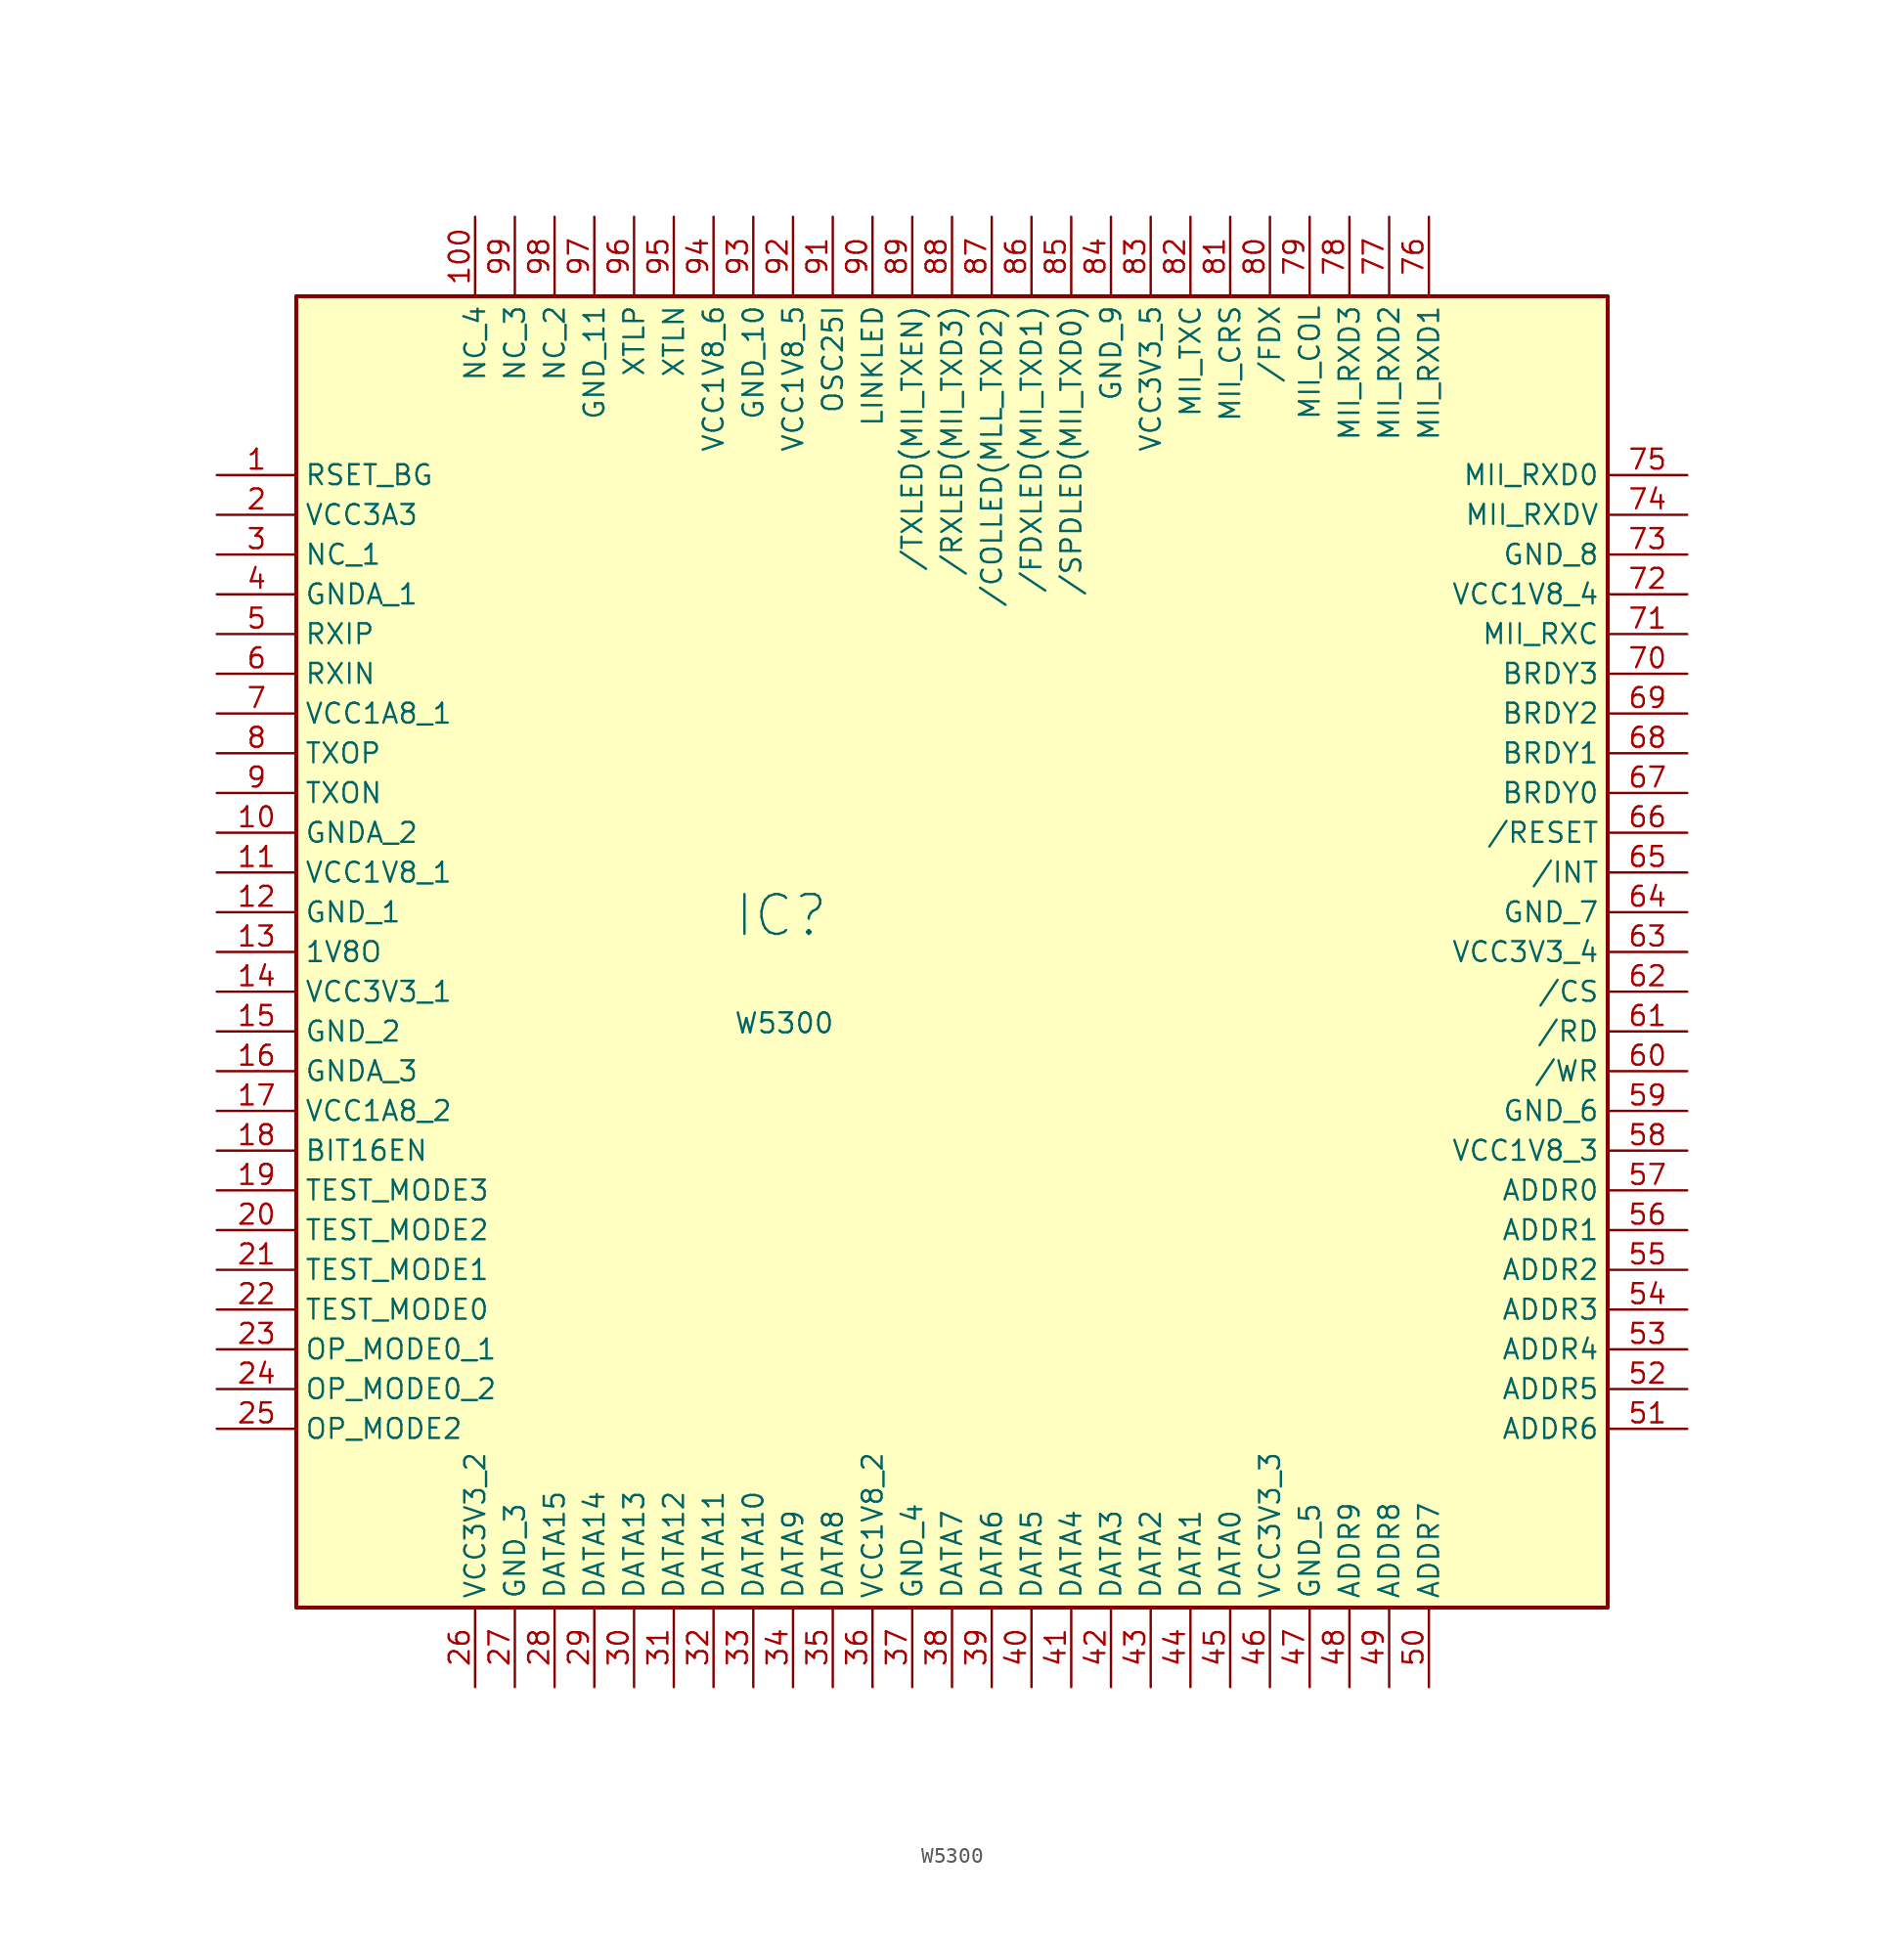
<source format=kicad_sym>
(kicad_symbol_lib
  (version 20220914)
  (generator kicad_symbol_editor)
  (symbol "W5300"
    (property "Reference" "IC"
      (at -13.97 3.81 0)
      (effects (font (size 2.54 2.54)) (justify left top)))
    (property "Value" "W5300"
      (at -13.97 -3.81 0)
      (effects (font (size 1.27 1.27)) (justify left top)))
    (symbol "W5300_1_1"
      (rectangle (start -41.91 41.91) (end 41.91 -41.91) (stroke (width 0.254) (type default)) (fill (type background)))
      (pin passive line (at -46.99 30.48 0) (length 5.08) (name "RSET_BG" (effects (font (size 1.27 1.27)))) (number "1" (effects (font (size 1.27 1.27)))))
      (pin passive line (at -46.99 7.62 0) (length 5.08) (name "GNDA_2" (effects (font (size 1.27 1.27)))) (number "10" (effects (font (size 1.27 1.27)))))
      (pin passive line (at -30.48 46.99 270) (length 5.08) (name "NC_4" (effects (font (size 1.27 1.27)))) (number "100" (effects (font (size 1.27 1.27)))))
      (pin passive line (at -46.99 5.08 0) (length 5.08) (name "VCC1V8_1" (effects (font (size 1.27 1.27)))) (number "11" (effects (font (size 1.27 1.27)))))
      (pin passive line (at -46.99 2.54 0) (length 5.08) (name "GND_1" (effects (font (size 1.27 1.27)))) (number "12" (effects (font (size 1.27 1.27)))))
      (pin passive line (at -46.99 0 0) (length 5.08) (name "1V8O" (effects (font (size 1.27 1.27)))) (number "13" (effects (font (size 1.27 1.27)))))
      (pin passive line (at -46.99 -2.54 0) (length 5.08) (name "VCC3V3_1" (effects (font (size 1.27 1.27)))) (number "14" (effects (font (size 1.27 1.27)))))
      (pin passive line (at -46.99 -5.08 0) (length 5.08) (name "GND_2" (effects (font (size 1.27 1.27)))) (number "15" (effects (font (size 1.27 1.27)))))
      (pin passive line (at -46.99 -7.62 0) (length 5.08) (name "GNDA_3" (effects (font (size 1.27 1.27)))) (number "16" (effects (font (size 1.27 1.27)))))
      (pin passive line (at -46.99 -10.16 0) (length 5.08) (name "VCC1A8_2" (effects (font (size 1.27 1.27)))) (number "17" (effects (font (size 1.27 1.27)))))
      (pin passive line (at -46.99 -12.7 0) (length 5.08) (name "BIT16EN" (effects (font (size 1.27 1.27)))) (number "18" (effects (font (size 1.27 1.27)))))
      (pin passive line (at -46.99 -15.24 0) (length 5.08) (name "TEST_MODE3" (effects (font (size 1.27 1.27)))) (number "19" (effects (font (size 1.27 1.27)))))
      (pin passive line (at -46.99 27.94 0) (length 5.08) (name "VCC3A3" (effects (font (size 1.27 1.27)))) (number "2" (effects (font (size 1.27 1.27)))))
      (pin passive line (at -46.99 -17.78 0) (length 5.08) (name "TEST_MODE2" (effects (font (size 1.27 1.27)))) (number "20" (effects (font (size 1.27 1.27)))))
      (pin passive line (at -46.99 -20.32 0) (length 5.08) (name "TEST_MODE1" (effects (font (size 1.27 1.27)))) (number "21" (effects (font (size 1.27 1.27)))))
      (pin passive line (at -46.99 -22.86 0) (length 5.08) (name "TEST_MODE0" (effects (font (size 1.27 1.27)))) (number "22" (effects (font (size 1.27 1.27)))))
      (pin passive line (at -46.99 -25.4 0) (length 5.08) (name "OP_MODE0_1" (effects (font (size 1.27 1.27)))) (number "23" (effects (font (size 1.27 1.27)))))
      (pin passive line (at -46.99 -27.94 0) (length 5.08) (name "OP_MODE0_2" (effects (font (size 1.27 1.27)))) (number "24" (effects (font (size 1.27 1.27)))))
      (pin passive line (at -46.99 -30.48 0) (length 5.08) (name "OP_MODE2" (effects (font (size 1.27 1.27)))) (number "25" (effects (font (size 1.27 1.27)))))
      (pin passive line (at -30.48 -46.99 90) (length 5.08) (name "VCC3V3_2" (effects (font (size 1.27 1.27)))) (number "26" (effects (font (size 1.27 1.27)))))
      (pin passive line (at -27.94 -46.99 90) (length 5.08) (name "GND_3" (effects (font (size 1.27 1.27)))) (number "27" (effects (font (size 1.27 1.27)))))
      (pin passive line (at -25.4 -46.99 90) (length 5.08) (name "DATA15" (effects (font (size 1.27 1.27)))) (number "28" (effects (font (size 1.27 1.27)))))
      (pin passive line (at -22.86 -46.99 90) (length 5.08) (name "DATA14" (effects (font (size 1.27 1.27)))) (number "29" (effects (font (size 1.27 1.27)))))
      (pin passive line (at -46.99 25.4 0) (length 5.08) (name "NC_1" (effects (font (size 1.27 1.27)))) (number "3" (effects (font (size 1.27 1.27)))))
      (pin passive line (at -20.32 -46.99 90) (length 5.08) (name "DATA13" (effects (font (size 1.27 1.27)))) (number "30" (effects (font (size 1.27 1.27)))))
      (pin passive line (at -17.78 -46.99 90) (length 5.08) (name "DATA12" (effects (font (size 1.27 1.27)))) (number "31" (effects (font (size 1.27 1.27)))))
      (pin passive line (at -15.24 -46.99 90) (length 5.08) (name "DATA11" (effects (font (size 1.27 1.27)))) (number "32" (effects (font (size 1.27 1.27)))))
      (pin passive line (at -12.7 -46.99 90) (length 5.08) (name "DATA10" (effects (font (size 1.27 1.27)))) (number "33" (effects (font (size 1.27 1.27)))))
      (pin passive line (at -10.16 -46.99 90) (length 5.08) (name "DATA9" (effects (font (size 1.27 1.27)))) (number "34" (effects (font (size 1.27 1.27)))))
      (pin passive line (at -7.62 -46.99 90) (length 5.08) (name "DATA8" (effects (font (size 1.27 1.27)))) (number "35" (effects (font (size 1.27 1.27)))))
      (pin passive line (at -5.08 -46.99 90) (length 5.08) (name "VCC1V8_2" (effects (font (size 1.27 1.27)))) (number "36" (effects (font (size 1.27 1.27)))))
      (pin passive line (at -2.54 -46.99 90) (length 5.08) (name "GND_4" (effects (font (size 1.27 1.27)))) (number "37" (effects (font (size 1.27 1.27)))))
      (pin passive line (at 0 -46.99 90) (length 5.08) (name "DATA7" (effects (font (size 1.27 1.27)))) (number "38" (effects (font (size 1.27 1.27)))))
      (pin passive line (at 2.54 -46.99 90) (length 5.08) (name "DATA6" (effects (font (size 1.27 1.27)))) (number "39" (effects (font (size 1.27 1.27)))))
      (pin passive line (at -46.99 22.86 0) (length 5.08) (name "GNDA_1" (effects (font (size 1.27 1.27)))) (number "4" (effects (font (size 1.27 1.27)))))
      (pin passive line (at 5.08 -46.99 90) (length 5.08) (name "DATA5" (effects (font (size 1.27 1.27)))) (number "40" (effects (font (size 1.27 1.27)))))
      (pin passive line (at 7.62 -46.99 90) (length 5.08) (name "DATA4" (effects (font (size 1.27 1.27)))) (number "41" (effects (font (size 1.27 1.27)))))
      (pin passive line (at 10.16 -46.99 90) (length 5.08) (name "DATA3" (effects (font (size 1.27 1.27)))) (number "42" (effects (font (size 1.27 1.27)))))
      (pin passive line (at 12.7 -46.99 90) (length 5.08) (name "DATA2" (effects (font (size 1.27 1.27)))) (number "43" (effects (font (size 1.27 1.27)))))
      (pin passive line (at 15.24 -46.99 90) (length 5.08) (name "DATA1" (effects (font (size 1.27 1.27)))) (number "44" (effects (font (size 1.27 1.27)))))
      (pin passive line (at 17.78 -46.99 90) (length 5.08) (name "DATA0" (effects (font (size 1.27 1.27)))) (number "45" (effects (font (size 1.27 1.27)))))
      (pin passive line (at 20.32 -46.99 90) (length 5.08) (name "VCC3V3_3" (effects (font (size 1.27 1.27)))) (number "46" (effects (font (size 1.27 1.27)))))
      (pin passive line (at 22.86 -46.99 90) (length 5.08) (name "GND_5" (effects (font (size 1.27 1.27)))) (number "47" (effects (font (size 1.27 1.27)))))
      (pin passive line (at 25.4 -46.99 90) (length 5.08) (name "ADDR9" (effects (font (size 1.27 1.27)))) (number "48" (effects (font (size 1.27 1.27)))))
      (pin passive line (at 27.94 -46.99 90) (length 5.08) (name "ADDR8" (effects (font (size 1.27 1.27)))) (number "49" (effects (font (size 1.27 1.27)))))
      (pin passive line (at -46.99 20.32 0) (length 5.08) (name "RXIP" (effects (font (size 1.27 1.27)))) (number "5" (effects (font (size 1.27 1.27)))))
      (pin passive line (at 30.48 -46.99 90) (length 5.08) (name "ADDR7" (effects (font (size 1.27 1.27)))) (number "50" (effects (font (size 1.27 1.27)))))
      (pin passive line (at 46.99 -30.48 180) (length 5.08) (name "ADDR6" (effects (font (size 1.27 1.27)))) (number "51" (effects (font (size 1.27 1.27)))))
      (pin passive line (at 46.99 -27.94 180) (length 5.08) (name "ADDR5" (effects (font (size 1.27 1.27)))) (number "52" (effects (font (size 1.27 1.27)))))
      (pin passive line (at 46.99 -25.4 180) (length 5.08) (name "ADDR4" (effects (font (size 1.27 1.27)))) (number "53" (effects (font (size 1.27 1.27)))))
      (pin passive line (at 46.99 -22.86 180) (length 5.08) (name "ADDR3" (effects (font (size 1.27 1.27)))) (number "54" (effects (font (size 1.27 1.27)))))
      (pin passive line (at 46.99 -20.32 180) (length 5.08) (name "ADDR2" (effects (font (size 1.27 1.27)))) (number "55" (effects (font (size 1.27 1.27)))))
      (pin passive line (at 46.99 -17.78 180) (length 5.08) (name "ADDR1" (effects (font (size 1.27 1.27)))) (number "56" (effects (font (size 1.27 1.27)))))
      (pin passive line (at 46.99 -15.24 180) (length 5.08) (name "ADDR0" (effects (font (size 1.27 1.27)))) (number "57" (effects (font (size 1.27 1.27)))))
      (pin passive line (at 46.99 -12.7 180) (length 5.08) (name "VCC1V8_3" (effects (font (size 1.27 1.27)))) (number "58" (effects (font (size 1.27 1.27)))))
      (pin passive line (at 46.99 -10.16 180) (length 5.08) (name "GND_6" (effects (font (size 1.27 1.27)))) (number "59" (effects (font (size 1.27 1.27)))))
      (pin passive line (at -46.99 17.78 0) (length 5.08) (name "RXIN" (effects (font (size 1.27 1.27)))) (number "6" (effects (font (size 1.27 1.27)))))
      (pin passive line (at 46.99 -7.62 180) (length 5.08) (name "/WR" (effects (font (size 1.27 1.27)))) (number "60" (effects (font (size 1.27 1.27)))))
      (pin passive line (at 46.99 -5.08 180) (length 5.08) (name "/RD" (effects (font (size 1.27 1.27)))) (number "61" (effects (font (size 1.27 1.27)))))
      (pin passive line (at 46.99 -2.54 180) (length 5.08) (name "/CS" (effects (font (size 1.27 1.27)))) (number "62" (effects (font (size 1.27 1.27)))))
      (pin passive line (at 46.99 0 180) (length 5.08) (name "VCC3V3_4" (effects (font (size 1.27 1.27)))) (number "63" (effects (font (size 1.27 1.27)))))
      (pin passive line (at 46.99 2.54 180) (length 5.08) (name "GND_7" (effects (font (size 1.27 1.27)))) (number "64" (effects (font (size 1.27 1.27)))))
      (pin passive line (at 46.99 5.08 180) (length 5.08) (name "/INT" (effects (font (size 1.27 1.27)))) (number "65" (effects (font (size 1.27 1.27)))))
      (pin passive line (at 46.99 7.62 180) (length 5.08) (name "/RESET" (effects (font (size 1.27 1.27)))) (number "66" (effects (font (size 1.27 1.27)))))
      (pin passive line (at 46.99 10.16 180) (length 5.08) (name "BRDY0" (effects (font (size 1.27 1.27)))) (number "67" (effects (font (size 1.27 1.27)))))
      (pin passive line (at 46.99 12.7 180) (length 5.08) (name "BRDY1" (effects (font (size 1.27 1.27)))) (number "68" (effects (font (size 1.27 1.27)))))
      (pin passive line (at 46.99 15.24 180) (length 5.08) (name "BRDY2" (effects (font (size 1.27 1.27)))) (number "69" (effects (font (size 1.27 1.27)))))
      (pin passive line (at -46.99 15.24 0) (length 5.08) (name "VCC1A8_1" (effects (font (size 1.27 1.27)))) (number "7" (effects (font (size 1.27 1.27)))))
      (pin passive line (at 46.99 17.78 180) (length 5.08) (name "BRDY3" (effects (font (size 1.27 1.27)))) (number "70" (effects (font (size 1.27 1.27)))))
      (pin passive line (at 46.99 20.32 180) (length 5.08) (name "MII_RXC" (effects (font (size 1.27 1.27)))) (number "71" (effects (font (size 1.27 1.27)))))
      (pin passive line (at 46.99 22.86 180) (length 5.08) (name "VCC1V8_4" (effects (font (size 1.27 1.27)))) (number "72" (effects (font (size 1.27 1.27)))))
      (pin passive line (at 46.99 25.4 180) (length 5.08) (name "GND_8" (effects (font (size 1.27 1.27)))) (number "73" (effects (font (size 1.27 1.27)))))
      (pin passive line (at 46.99 27.94 180) (length 5.08) (name "MII_RXDV" (effects (font (size 1.27 1.27)))) (number "74" (effects (font (size 1.27 1.27)))))
      (pin passive line (at 46.99 30.48 180) (length 5.08) (name "MII_RXD0" (effects (font (size 1.27 1.27)))) (number "75" (effects (font (size 1.27 1.27)))))
      (pin passive line (at 30.48 46.99 270) (length 5.08) (name "MII_RXD1" (effects (font (size 1.27 1.27)))) (number "76" (effects (font (size 1.27 1.27)))))
      (pin passive line (at 27.94 46.99 270) (length 5.08) (name "MII_RXD2" (effects (font (size 1.27 1.27)))) (number "77" (effects (font (size 1.27 1.27)))))
      (pin passive line (at 25.4 46.99 270) (length 5.08) (name "MII_RXD3" (effects (font (size 1.27 1.27)))) (number "78" (effects (font (size 1.27 1.27)))))
      (pin passive line (at 22.86 46.99 270) (length 5.08) (name "MII_COL" (effects (font (size 1.27 1.27)))) (number "79" (effects (font (size 1.27 1.27)))))
      (pin passive line (at -46.99 12.7 0) (length 5.08) (name "TXOP" (effects (font (size 1.27 1.27)))) (number "8" (effects (font (size 1.27 1.27)))))
      (pin passive line (at 20.32 46.99 270) (length 5.08) (name "/FDX" (effects (font (size 1.27 1.27)))) (number "80" (effects (font (size 1.27 1.27)))))
      (pin passive line (at 17.78 46.99 270) (length 5.08) (name "MII_CRS" (effects (font (size 1.27 1.27)))) (number "81" (effects (font (size 1.27 1.27)))))
      (pin passive line (at 15.24 46.99 270) (length 5.08) (name "MII_TXC" (effects (font (size 1.27 1.27)))) (number "82" (effects (font (size 1.27 1.27)))))
      (pin passive line (at 12.7 46.99 270) (length 5.08) (name "VCC3V3_5" (effects (font (size 1.27 1.27)))) (number "83" (effects (font (size 1.27 1.27)))))
      (pin passive line (at 10.16 46.99 270) (length 5.08) (name "GND_9" (effects (font (size 1.27 1.27)))) (number "84" (effects (font (size 1.27 1.27)))))
      (pin passive line (at 7.62 46.99 270) (length 5.08) (name "/SPDLED(MII_TXD0)" (effects (font (size 1.27 1.27)))) (number "85" (effects (font (size 1.27 1.27)))))
      (pin passive line (at 5.08 46.99 270) (length 5.08) (name "/FDXLED(MII_TXD1)" (effects (font (size 1.27 1.27)))) (number "86" (effects (font (size 1.27 1.27)))))
      (pin passive line (at 2.54 46.99 270) (length 5.08) (name "/COLLED(MLL_TXD2)" (effects (font (size 1.27 1.27)))) (number "87" (effects (font (size 1.27 1.27)))))
      (pin passive line (at 0 46.99 270) (length 5.08) (name "/RXLED(MII_TXD3)" (effects (font (size 1.27 1.27)))) (number "88" (effects (font (size 1.27 1.27)))))
      (pin passive line (at -2.54 46.99 270) (length 5.08) (name "/TXLED(MII_TXEN)" (effects (font (size 1.27 1.27)))) (number "89" (effects (font (size 1.27 1.27)))))
      (pin passive line (at -46.99 10.16 0) (length 5.08) (name "TXON" (effects (font (size 1.27 1.27)))) (number "9" (effects (font (size 1.27 1.27)))))
      (pin passive line (at -5.08 46.99 270) (length 5.08) (name "LINKLED" (effects (font (size 1.27 1.27)))) (number "90" (effects (font (size 1.27 1.27)))))
      (pin passive line (at -7.62 46.99 270) (length 5.08) (name "OSC25I" (effects (font (size 1.27 1.27)))) (number "91" (effects (font (size 1.27 1.27)))))
      (pin passive line (at -10.16 46.99 270) (length 5.08) (name "VCC1V8_5" (effects (font (size 1.27 1.27)))) (number "92" (effects (font (size 1.27 1.27)))))
      (pin passive line (at -12.7 46.99 270) (length 5.08) (name "GND_10" (effects (font (size 1.27 1.27)))) (number "93" (effects (font (size 1.27 1.27)))))
      (pin passive line (at -15.24 46.99 270) (length 5.08) (name "VCC1V8_6" (effects (font (size 1.27 1.27)))) (number "94" (effects (font (size 1.27 1.27)))))
      (pin passive line (at -17.78 46.99 270) (length 5.08) (name "XTLN" (effects (font (size 1.27 1.27)))) (number "95" (effects (font (size 1.27 1.27)))))
      (pin passive line (at -20.32 46.99 270) (length 5.08) (name "XTLP" (effects (font (size 1.27 1.27)))) (number "96" (effects (font (size 1.27 1.27)))))
      (pin passive line (at -22.86 46.99 270) (length 5.08) (name "GND_11" (effects (font (size 1.27 1.27)))) (number "97" (effects (font (size 1.27 1.27)))))
      (pin passive line (at -25.4 46.99 270) (length 5.08) (name "NC_2" (effects (font (size 1.27 1.27)))) (number "98" (effects (font (size 1.27 1.27)))))
      (pin passive line (at -27.94 46.99 270) (length 5.08) (name "NC_3" (effects (font (size 1.27 1.27)))) (number "99" (effects (font (size 1.27 1.27))))))))
</source>
